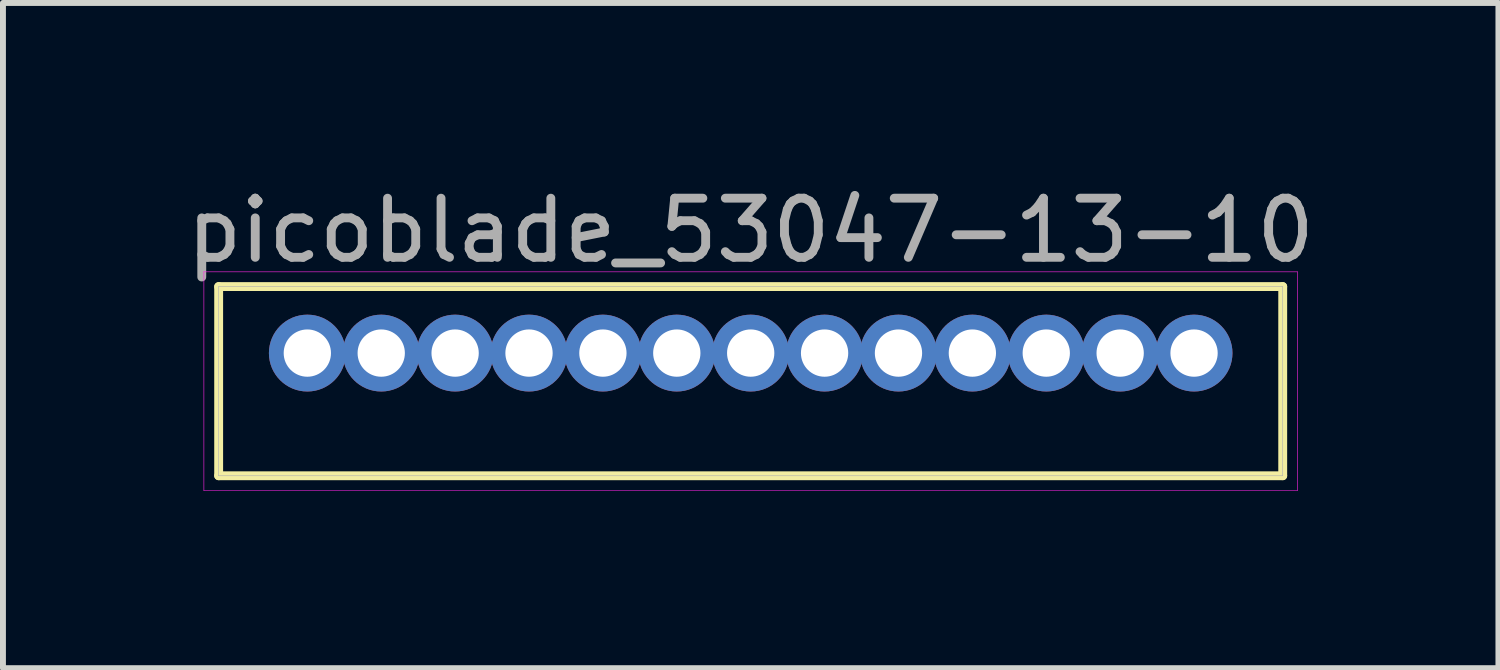
<source format=kicad_pcb>
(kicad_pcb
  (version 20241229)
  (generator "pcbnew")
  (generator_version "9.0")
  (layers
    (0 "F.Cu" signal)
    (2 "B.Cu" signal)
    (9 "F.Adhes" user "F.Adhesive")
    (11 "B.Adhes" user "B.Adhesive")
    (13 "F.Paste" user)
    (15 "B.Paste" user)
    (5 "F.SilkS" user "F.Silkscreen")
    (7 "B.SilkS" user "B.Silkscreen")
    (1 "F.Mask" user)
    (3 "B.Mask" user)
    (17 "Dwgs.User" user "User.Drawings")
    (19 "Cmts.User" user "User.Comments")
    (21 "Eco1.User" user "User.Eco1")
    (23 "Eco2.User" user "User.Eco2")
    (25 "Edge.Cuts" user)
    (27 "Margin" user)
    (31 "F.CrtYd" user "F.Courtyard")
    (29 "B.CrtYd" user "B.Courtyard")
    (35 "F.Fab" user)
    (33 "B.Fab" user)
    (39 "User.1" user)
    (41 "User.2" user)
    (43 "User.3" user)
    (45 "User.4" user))
  (footprint "picoblade_53047-13-10"
    (layer "F.Cu")
    (at 9.649 2.923)
    (property "Reference" "picoblade_53047-13-10" (at 0 -2.075 0) (layer "F.Fab") (effects (font (size 1 1) (thickness 0.15))))
    (attr through_hole)
    (fp_line (start -9 -1.125) (end 9 -1.125) (stroke (width 0.15) (type solid)) (layer "F.SilkS"))
    (fp_line (start -9 2.075) (end -9 -1.125) (stroke (width 0.15) (type solid)) (layer "F.SilkS"))
    (fp_line (start 9 -1.125) (end 9 2.075) (stroke (width 0.15) (type solid)) (layer "F.SilkS"))
    (fp_line (start 9 2.075) (end -9 2.075) (stroke (width 0.15) (type solid)) (layer "F.SilkS"))
    (fp_line (start -9.25 -1.375) (end 9.25 -1.375) (stroke (width 0.01) (type solid)) (layer "F.CrtYd"))
    (fp_line (start -9.25 2.325) (end -9.25 -1.375) (stroke (width 0.01) (type solid)) (layer "F.CrtYd"))
    (fp_line (start 9.25 -1.375) (end 9.25 2.325) (stroke (width 0.01) (type solid)) (layer "F.CrtYd"))
    (fp_line (start 9.25 2.325) (end -9.25 2.325) (stroke (width 0.01) (type solid)) (layer "F.CrtYd"))
    (fp_line (start -9 -1.125) (end 9 -1.125) (stroke (width 0.01) (type solid)) (layer "F.Fab"))
    (fp_line (start -9 2.075) (end -9 -1.125) (stroke (width 0.01) (type solid)) (layer "F.Fab"))
    (fp_line (start -7.75 -0.25) (end -7.25 -0.25) (stroke (width 0.01) (type solid)) (layer "F.Fab"))
    (fp_line (start -7.75 0.25) (end -7.75 -0.25) (stroke (width 0.01) (type solid)) (layer "F.Fab"))
    (fp_line (start -7.25 -0.25) (end -7.25 0.25) (stroke (width 0.01) (type solid)) (layer "F.Fab"))
    (fp_line (start -7.25 0.25) (end -7.75 0.25) (stroke (width 0.01) (type solid)) (layer "F.Fab"))
    (fp_line (start -6.5 -0.25) (end -6 -0.25) (stroke (width 0.01) (type solid)) (layer "F.Fab"))
    (fp_line (start -6.5 0.25) (end -6.5 -0.25) (stroke (width 0.01) (type solid)) (layer "F.Fab"))
    (fp_line (start -6 -0.25) (end -6 0.25) (stroke (width 0.01) (type solid)) (layer "F.Fab"))
    (fp_line (start -6 0.25) (end -6.5 0.25) (stroke (width 0.01) (type solid)) (layer "F.Fab"))
    (fp_line (start -5.25 -0.25) (end -4.75 -0.25) (stroke (width 0.01) (type solid)) (layer "F.Fab"))
    (fp_line (start -5.25 0.25) (end -5.25 -0.25) (stroke (width 0.01) (type solid)) (layer "F.Fab"))
    (fp_line (start -4.75 -0.25) (end -4.75 0.25) (stroke (width 0.01) (type solid)) (layer "F.Fab"))
    (fp_line (start -4.75 0.25) (end -5.25 0.25) (stroke (width 0.01) (type solid)) (layer "F.Fab"))
    (fp_line (start -4 -0.25) (end -3.5 -0.25) (stroke (width 0.01) (type solid)) (layer "F.Fab"))
    (fp_line (start -4 0.25) (end -4 -0.25) (stroke (width 0.01) (type solid)) (layer "F.Fab"))
    (fp_line (start -3.5 -0.25) (end -3.5 0.25) (stroke (width 0.01) (type solid)) (layer "F.Fab"))
    (fp_line (start -3.5 0.25) (end -4 0.25) (stroke (width 0.01) (type solid)) (layer "F.Fab"))
    (fp_line (start -2.75 -0.25) (end -2.25 -0.25) (stroke (width 0.01) (type solid)) (layer "F.Fab"))
    (fp_line (start -2.75 0.25) (end -2.75 -0.25) (stroke (width 0.01) (type solid)) (layer "F.Fab"))
    (fp_line (start -2.25 -0.25) (end -2.25 0.25) (stroke (width 0.01) (type solid)) (layer "F.Fab"))
    (fp_line (start -2.25 0.25) (end -2.75 0.25) (stroke (width 0.01) (type solid)) (layer "F.Fab"))
    (fp_line (start -1.5 -0.25) (end -1 -0.25) (stroke (width 0.01) (type solid)) (layer "F.Fab"))
    (fp_line (start -1.5 0.25) (end -1.5 -0.25) (stroke (width 0.01) (type solid)) (layer "F.Fab"))
    (fp_line (start -1 -0.25) (end -1 0.25) (stroke (width 0.01) (type solid)) (layer "F.Fab"))
    (fp_line (start -1 0.25) (end -1.5 0.25) (stroke (width 0.01) (type solid)) (layer "F.Fab"))
    (fp_line (start -0.25 -0.25) (end 0.25 -0.25) (stroke (width 0.01) (type solid)) (layer "F.Fab"))
    (fp_line (start -0.25 0.25) (end -0.25 -0.25) (stroke (width 0.01) (type solid)) (layer "F.Fab"))
    (fp_line (start 0.25 -0.25) (end 0.25 0.25) (stroke (width 0.01) (type solid)) (layer "F.Fab"))
    (fp_line (start 0.25 0.25) (end -0.25 0.25) (stroke (width 0.01) (type solid)) (layer "F.Fab"))
    (fp_line (start 1 -0.25) (end 1.5 -0.25) (stroke (width 0.01) (type solid)) (layer "F.Fab"))
    (fp_line (start 1 0.25) (end 1 -0.25) (stroke (width 0.01) (type solid)) (layer "F.Fab"))
    (fp_line (start 1.5 -0.25) (end 1.5 0.25) (stroke (width 0.01) (type solid)) (layer "F.Fab"))
    (fp_line (start 1.5 0.25) (end 1 0.25) (stroke (width 0.01) (type solid)) (layer "F.Fab"))
    (fp_line (start 2.25 -0.25) (end 2.75 -0.25) (stroke (width 0.01) (type solid)) (layer "F.Fab"))
    (fp_line (start 2.25 0.25) (end 2.25 -0.25) (stroke (width 0.01) (type solid)) (layer "F.Fab"))
    (fp_line (start 2.75 -0.25) (end 2.75 0.25) (stroke (width 0.01) (type solid)) (layer "F.Fab"))
    (fp_line (start 2.75 0.25) (end 2.25 0.25) (stroke (width 0.01) (type solid)) (layer "F.Fab"))
    (fp_line (start 3.5 -0.25) (end 4 -0.25) (stroke (width 0.01) (type solid)) (layer "F.Fab"))
    (fp_line (start 3.5 0.25) (end 3.5 -0.25) (stroke (width 0.01) (type solid)) (layer "F.Fab"))
    (fp_line (start 4 -0.25) (end 4 0.25) (stroke (width 0.01) (type solid)) (layer "F.Fab"))
    (fp_line (start 4 0.25) (end 3.5 0.25) (stroke (width 0.01) (type solid)) (layer "F.Fab"))
    (fp_line (start 4.75 -0.25) (end 5.25 -0.25) (stroke (width 0.01) (type solid)) (layer "F.Fab"))
    (fp_line (start 4.75 0.25) (end 4.75 -0.25) (stroke (width 0.01) (type solid)) (layer "F.Fab"))
    (fp_line (start 5.25 -0.25) (end 5.25 0.25) (stroke (width 0.01) (type solid)) (layer "F.Fab"))
    (fp_line (start 5.25 0.25) (end 4.75 0.25) (stroke (width 0.01) (type solid)) (layer "F.Fab"))
    (fp_line (start 6 -0.25) (end 6.5 -0.25) (stroke (width 0.01) (type solid)) (layer "F.Fab"))
    (fp_line (start 6 0.25) (end 6 -0.25) (stroke (width 0.01) (type solid)) (layer "F.Fab"))
    (fp_line (start 6.5 -0.25) (end 6.5 0.25) (stroke (width 0.01) (type solid)) (layer "F.Fab"))
    (fp_line (start 6.5 0.25) (end 6 0.25) (stroke (width 0.01) (type solid)) (layer "F.Fab"))
    (fp_line (start 7.25 -0.25) (end 7.75 -0.25) (stroke (width 0.01) (type solid)) (layer "F.Fab"))
    (fp_line (start 7.25 0.25) (end 7.25 -0.25) (stroke (width 0.01) (type solid)) (layer "F.Fab"))
    (fp_line (start 7.75 -0.25) (end 7.75 0.25) (stroke (width 0.01) (type solid)) (layer "F.Fab"))
    (fp_line (start 7.75 0.25) (end 7.25 0.25) (stroke (width 0.01) (type solid)) (layer "F.Fab"))
    (fp_line (start 9 -1.125) (end 9 2.075) (stroke (width 0.01) (type solid)) (layer "F.Fab"))
    (fp_line (start 9 2.075) (end -9 2.075) (stroke (width 0.01) (type solid)) (layer "F.Fab"))
    (pad "1" thru_hole circle (at 7.5 0) (size 1.3 1.3) (drill 0.8) (layers "*.Cu" "*.Mask"))
    (pad "2" thru_hole circle (at 6.25 0) (size 1.3 1.3) (drill 0.8) (layers "*.Cu" "*.Mask"))
    (pad "3" thru_hole circle (at 5 0) (size 1.3 1.3) (drill 0.8) (layers "*.Cu" "*.Mask"))
    (pad "4" thru_hole circle (at 3.75 0) (size 1.3 1.3) (drill 0.8) (layers "*.Cu" "*.Mask"))
    (pad "5" thru_hole circle (at 2.5 0) (size 1.3 1.3) (drill 0.8) (layers "*.Cu" "*.Mask"))
    (pad "6" thru_hole circle (at 1.25 0) (size 1.3 1.3) (drill 0.8) (layers "*.Cu" "*.Mask"))
    (pad "7" thru_hole circle (at 0 0) (size 1.3 1.3) (drill 0.8) (layers "*.Cu" "*.Mask"))
    (pad "8" thru_hole circle (at -1.25 0) (size 1.3 1.3) (drill 0.8) (layers "*.Cu" "*.Mask"))
    (pad "9" thru_hole circle (at -2.5 0) (size 1.3 1.3) (drill 0.8) (layers "*.Cu" "*.Mask"))
    (pad "10" thru_hole circle (at -3.75 0) (size 1.3 1.3) (drill 0.8) (layers "*.Cu" "*.Mask"))
    (pad "11" thru_hole circle (at -5 0) (size 1.3 1.3) (drill 0.8) (layers "*.Cu" "*.Mask"))
    (pad "12" thru_hole circle (at -6.25 0) (size 1.3 1.3) (drill 0.8) (layers "*.Cu" "*.Mask"))
    (pad "13" thru_hole circle (at -7.5 0) (size 1.3 1.3) (drill 0.8) (layers "*.Cu" "*.Mask")))
  (gr_rect
    (start -3 -3)
    (end 22.298 8.253)
    (stroke (width 0.1) (type default))
    (fill no)
    (layer "Edge.Cuts")))
</source>
